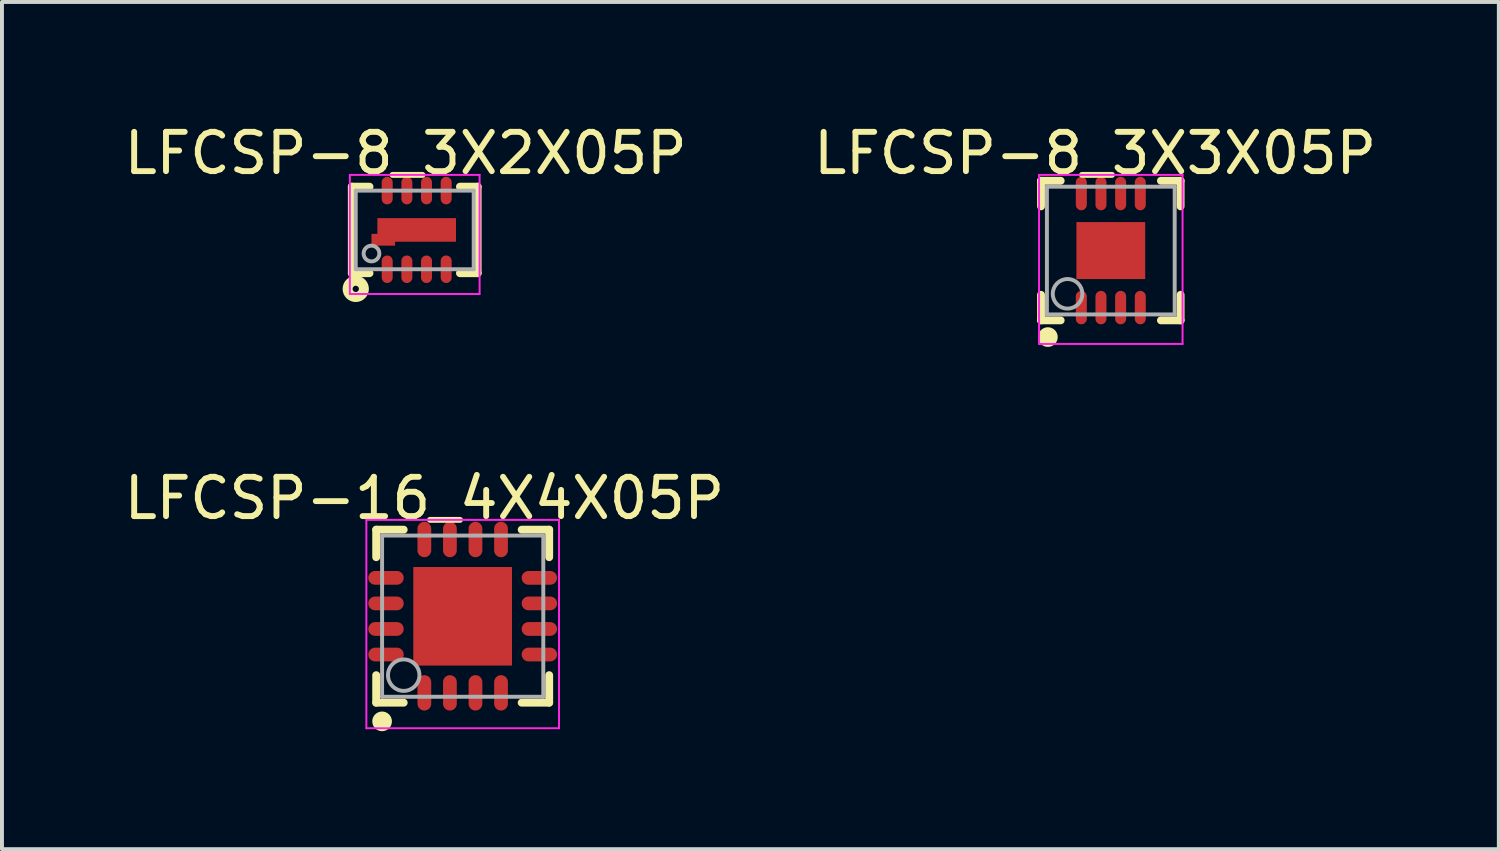
<source format=kicad_pcb>
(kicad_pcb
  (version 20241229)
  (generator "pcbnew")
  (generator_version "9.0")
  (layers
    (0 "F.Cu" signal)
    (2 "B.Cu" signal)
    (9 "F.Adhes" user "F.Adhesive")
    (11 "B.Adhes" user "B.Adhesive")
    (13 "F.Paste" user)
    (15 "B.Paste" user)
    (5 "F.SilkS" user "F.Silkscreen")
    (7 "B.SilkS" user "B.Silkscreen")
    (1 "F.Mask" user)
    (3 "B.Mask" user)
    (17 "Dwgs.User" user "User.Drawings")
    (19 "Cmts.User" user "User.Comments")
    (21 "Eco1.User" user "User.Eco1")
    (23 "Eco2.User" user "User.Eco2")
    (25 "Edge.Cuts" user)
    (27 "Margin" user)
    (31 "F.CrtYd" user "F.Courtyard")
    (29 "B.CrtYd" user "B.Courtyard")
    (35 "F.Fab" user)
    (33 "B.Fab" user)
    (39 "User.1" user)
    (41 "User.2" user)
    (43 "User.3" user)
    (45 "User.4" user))
  (footprint "LFCSP-16_4X4X05P"
    (layer "F.Cu")
    (at 8.718 12.622)
    (property "Reference" "LFCSP-16_4X4X05P" (at -0.974 -3 0) (layer "F.SilkS") (effects (font (size 1 1) (thickness 0.15))))
    (attr through_hole)
    (fp_line (start -2.2 -2.2) (end -1.5 -2.2) (stroke (width 0.2) (type solid)) (layer "F.SilkS"))
    (fp_line (start -2.2 -1.5) (end -2.2 -2.2) (stroke (width 0.2) (type solid)) (layer "F.SilkS"))
    (fp_line (start -2.2 2.2) (end -2.2 1.5) (stroke (width 0.2) (type solid)) (layer "F.SilkS"))
    (fp_line (start -2.2 2.2) (end -1.5 2.2) (stroke (width 0.2) (type solid)) (layer "F.SilkS"))
    (fp_line (start 1.5 -2.2) (end 2.2 -2.2) (stroke (width 0.2) (type solid)) (layer "F.SilkS"))
    (fp_line (start 1.5 2.2) (end 2.2 2.2) (stroke (width 0.2) (type solid)) (layer "F.SilkS"))
    (fp_line (start 2.2 -1.5) (end 2.2 -2.2) (stroke (width 0.2) (type solid)) (layer "F.SilkS"))
    (fp_line (start 2.2 2.2) (end 2.2 1.5) (stroke (width 0.2) (type solid)) (layer "F.SilkS"))
    (fp_circle (center -2.05 2.675) (end -1.925 2.675) (stroke (width 0.25) (type solid)) (fill no) (layer "F.SilkS"))
    (fp_line (start -2.45 -2.45) (end 2.45 -2.45) (stroke (width 0.05) (type solid)) (layer "F.CrtYd"))
    (fp_line (start -2.45 2.85) (end -2.45 -2.45) (stroke (width 0.05) (type solid)) (layer "F.CrtYd"))
    (fp_line (start 2.45 -2.45) (end 2.45 2.85) (stroke (width 0.05) (type solid)) (layer "F.CrtYd"))
    (fp_line (start 2.45 2.85) (end -2.45 2.85) (stroke (width 0.05) (type solid)) (layer "F.CrtYd"))
    (fp_line (start -2.05 -2.05) (end 2.05 -2.05) (stroke (width 0.1) (type solid)) (layer "F.Fab"))
    (fp_line (start -2.05 2.05) (end -2.05 -2.05) (stroke (width 0.1) (type solid)) (layer "F.Fab"))
    (fp_line (start -2.05 2.05) (end 2.05 2.05) (stroke (width 0.1) (type solid)) (layer "F.Fab"))
    (fp_line (start 2.05 2.05) (end 2.05 -2.05) (stroke (width 0.1) (type solid)) (layer "F.Fab"))
    (fp_circle (center -1.5 1.5) (end -1.1 1.5) (stroke (width 0.1) (type solid)) (fill no) (layer "F.Fab"))
    (pad "" smd rect (at 0 0 90) (size 2.5 2.5) (layers "F.Cu" "F.Mask" "F.Paste"))
    (pad "0" smd rect (at 0 0 90) (size 2.5 2.5) (layers "F.Cu" "F.Mask" "F.Paste"))
    (pad "1" smd oval (at -0.975 1.95 180) (size 0.35 0.9) (layers "F.Cu" "F.Mask" "F.Paste"))
    (pad "2" smd oval (at -0.325 1.95 180) (size 0.35 0.9) (layers "F.Cu" "F.Mask" "F.Paste"))
    (pad "3" smd oval (at 0.325 1.95 180) (size 0.35 0.9) (layers "F.Cu" "F.Mask" "F.Paste"))
    (pad "4" smd oval (at 0.975 1.95 180) (size 0.35 0.9) (layers "F.Cu" "F.Mask" "F.Paste"))
    (pad "5" smd oval (at 1.95 0.975 90) (size 0.35 0.9) (layers "F.Cu" "F.Mask" "F.Paste"))
    (pad "6" smd oval (at 1.95 0.325 90) (size 0.35 0.9) (layers "F.Cu" "F.Mask" "F.Paste"))
    (pad "7" smd oval (at 1.95 -0.325 90) (size 0.35 0.9) (layers "F.Cu" "F.Mask" "F.Paste"))
    (pad "8" smd oval (at 1.95 -0.975 90) (size 0.35 0.9) (layers "F.Cu" "F.Mask" "F.Paste"))
    (pad "9" smd oval (at 0.975 -1.95 180) (size 0.35 0.9) (layers "F.Cu" "F.Mask" "F.Paste"))
    (pad "10" smd oval (at 0.325 -1.95 180) (size 0.35 0.9) (layers "F.Cu" "F.Mask" "F.Paste"))
    (pad "11" smd oval (at -0.325 -1.95 180) (size 0.35 0.9) (layers "F.Cu" "F.Mask" "F.Paste"))
    (pad "12" smd oval (at -0.975 -1.95 180) (size 0.35 0.9) (layers "F.Cu" "F.Mask" "F.Paste"))
    (pad "13" smd oval (at -1.95 -0.975 90) (size 0.35 0.9) (layers "F.Cu" "F.Mask" "F.Paste"))
    (pad "14" smd oval (at -1.95 -0.325 90) (size 0.35 0.9) (layers "F.Cu" "F.Mask" "F.Paste"))
    (pad "15" smd oval (at -1.95 0.325 90) (size 0.35 0.9) (layers "F.Cu" "F.Mask" "F.Paste"))
    (pad "16" smd oval (at -1.95 0.975 90) (size 0.35 0.9) (layers "F.Cu" "F.Mask" "F.Paste")))
  (footprint "LFCSP-8_3X3X05P"
    (layer "F.Cu")
    (at 25.202 3.323)
    (property "Reference" "LFCSP-8_3X3X05P" (at -0.399 -2.475 0) (layer "F.SilkS") (effects (font (size 1 1) (thickness 0.15))))
    (attr through_hole)
    (fp_line (start -1.775 -1.775) (end -1.275 -1.775) (stroke (width 0.2) (type solid)) (layer "F.SilkS"))
    (fp_line (start -1.775 -1.125) (end -1.775 -1.775) (stroke (width 0.2) (type solid)) (layer "F.SilkS"))
    (fp_line (start -1.775 1.775) (end -1.775 1.125) (stroke (width 0.2) (type solid)) (layer "F.SilkS"))
    (fp_line (start -1.775 1.775) (end -1.275 1.775) (stroke (width 0.2) (type solid)) (layer "F.SilkS"))
    (fp_line (start 1.275 -1.775) (end 1.775 -1.775) (stroke (width 0.2) (type solid)) (layer "F.SilkS"))
    (fp_line (start 1.275 1.775) (end 1.775 1.775) (stroke (width 0.2) (type solid)) (layer "F.SilkS"))
    (fp_line (start 1.775 -1.125) (end 1.775 -1.775) (stroke (width 0.2) (type solid)) (layer "F.SilkS"))
    (fp_line (start 1.775 1.775) (end 1.775 1.125) (stroke (width 0.2) (type solid)) (layer "F.SilkS"))
    (fp_circle (center -1.6 2.2) (end -1.475 2.2) (stroke (width 0.25) (type solid)) (fill no) (layer "F.SilkS"))
    (fp_line (start -1.825 -1.925) (end 1.825 -1.925) (stroke (width 0.05) (type solid)) (layer "F.CrtYd"))
    (fp_line (start -1.825 2.375) (end -1.825 -1.925) (stroke (width 0.05) (type solid)) (layer "F.CrtYd"))
    (fp_line (start 1.825 -1.925) (end 1.825 2.375) (stroke (width 0.05) (type solid)) (layer "F.CrtYd"))
    (fp_line (start 1.825 2.375) (end -1.825 2.375) (stroke (width 0.05) (type solid)) (layer "F.CrtYd"))
    (fp_line (start -1.625 -1.625) (end 1.625 -1.625) (stroke (width 0.1) (type solid)) (layer "F.Fab"))
    (fp_line (start -1.625 1.625) (end -1.625 -1.625) (stroke (width 0.1) (type solid)) (layer "F.Fab"))
    (fp_line (start -1.625 1.625) (end 1.625 1.625) (stroke (width 0.1) (type solid)) (layer "F.Fab"))
    (fp_line (start 1.625 1.625) (end 1.625 -1.625) (stroke (width 0.1) (type solid)) (layer "F.Fab"))
    (fp_circle (center -1.1 1.1) (end -0.724 1.1) (stroke (width 0.1) (type solid)) (fill no) (layer "F.Fab"))
    (pad "0" smd rect (at 0 0 90) (size 1.45 1.75) (layers "F.Cu" "F.Mask" "F.Paste"))
    (pad "1" smd oval (at -0.75 1.45 180) (size 0.28 0.85) (layers "F.Cu" "F.Mask" "F.Paste"))
    (pad "2" smd oval (at -0.25 1.45 180) (size 0.28 0.85) (layers "F.Cu" "F.Mask" "F.Paste"))
    (pad "3" smd oval (at 0.25 1.45 180) (size 0.28 0.85) (layers "F.Cu" "F.Mask" "F.Paste"))
    (pad "4" smd oval (at 0.75 1.45 180) (size 0.28 0.85) (layers "F.Cu" "F.Mask" "F.Paste"))
    (pad "5" smd oval (at 0.75 -1.45 180) (size 0.28 0.85) (layers "F.Cu" "F.Mask" "F.Paste"))
    (pad "6" smd oval (at 0.25 -1.45 180) (size 0.28 0.85) (layers "F.Cu" "F.Mask" "F.Paste"))
    (pad "7" smd oval (at -0.25 -1.45 180) (size 0.28 0.85) (layers "F.Cu" "F.Mask" "F.Paste"))
    (pad "8" smd oval (at -0.75 -1.45 180) (size 0.28 0.85) (layers "F.Cu" "F.Mask" "F.Paste")))
  (footprint "LFCSP-8_3X2X05P"
    (layer "F.Cu")
    (at 7.498 2.798)
    (property "Reference" "LFCSP-8_3X2X05P" (at -0.231 -1.95 0) (layer "F.SilkS") (effects (font (size 1 1) (thickness 0.15))))
    (attr through_hole)
    (fp_line (start -1.6 -1.1) (end -1.15 -1.1) (stroke (width 0.2) (type solid)) (layer "F.SilkS"))
    (fp_line (start -1.6 1.1) (end -1.6 -1.1) (stroke (width 0.2) (type solid)) (layer "F.SilkS"))
    (fp_line (start -1.6 1.1) (end -1.15 1.1) (stroke (width 0.2) (type solid)) (layer "F.SilkS"))
    (fp_line (start 1.15 -1.1) (end 1.6 -1.1) (stroke (width 0.2) (type solid)) (layer "F.SilkS"))
    (fp_line (start 1.15 1.1) (end 1.6 1.1) (stroke (width 0.2) (type solid)) (layer "F.SilkS"))
    (fp_line (start 1.6 1.1) (end 1.6 -1.1) (stroke (width 0.2) (type solid)) (layer "F.SilkS"))
    (fp_circle (center -1.5 1.5) (end -1.42 1.5) (stroke (width 0.254) (type solid)) (fill no) (layer "F.SilkS"))
    (fp_line (start -1.65 -1.4) (end 1.65 -1.4) (stroke (width 0.05) (type solid)) (layer "F.CrtYd"))
    (fp_line (start -1.65 1.63) (end -1.65 -1.4) (stroke (width 0.05) (type solid)) (layer "F.CrtYd"))
    (fp_line (start 1.65 -1.4) (end 1.65 1.63) (stroke (width 0.05) (type solid)) (layer "F.CrtYd"))
    (fp_line (start 1.65 1.63) (end -1.65 1.63) (stroke (width 0.05) (type solid)) (layer "F.CrtYd"))
    (fp_line (start -1.5 -1) (end 1.5 -1) (stroke (width 0.1) (type solid)) (layer "F.Fab"))
    (fp_line (start -1.5 1) (end -1.5 -1) (stroke (width 0.1) (type solid)) (layer "F.Fab"))
    (fp_line (start -1.5 1) (end 1.5 1) (stroke (width 0.1) (type solid)) (layer "F.Fab"))
    (fp_line (start 1.5 1) (end 1.5 -1) (stroke (width 0.1) (type solid)) (layer "F.Fab"))
    (fp_circle (center -1.1 0.6) (end -0.9 0.6) (stroke (width 0.1) (type solid)) (fill no) (layer "F.Fab"))
    (pad "0" smd rect (at -0.8 0.25 90) (size 0.3 0.6) (layers "F.Cu" "F.Mask" "F.Paste"))
    (pad "0" smd rect (at 0.05 0 90) (size 0.6 2) (layers "F.Cu" "F.Mask" "F.Paste"))
    (pad "1" smd oval (at -0.7 1 90) (size 0.7 0.28) (layers "F.Cu" "F.Mask" "F.Paste"))
    (pad "2" smd oval (at -0.2 1 90) (size 0.7 0.28) (layers "F.Cu" "F.Mask" "F.Paste"))
    (pad "3" smd oval (at 0.3 1 90) (size 0.7 0.28) (layers "F.Cu" "F.Mask" "F.Paste"))
    (pad "4" smd oval (at 0.8 1 90) (size 0.7 0.28) (layers "F.Cu" "F.Mask" "F.Paste"))
    (pad "5" smd oval (at 0.8 -1 90) (size 0.7 0.28) (layers "F.Cu" "F.Mask" "F.Paste"))
    (pad "6" smd oval (at 0.3 -1 90) (size 0.7 0.28) (layers "F.Cu" "F.Mask" "F.Paste"))
    (pad "7" smd oval (at -0.2 -1 90) (size 0.7 0.28) (layers "F.Cu" "F.Mask" "F.Paste"))
    (pad "8" smd oval (at -0.7 -1 90) (size 0.7 0.28) (layers "F.Cu" "F.Mask" "F.Paste")))
  (gr_rect
    (start -3 -3)
    (end 35.071 18.547)
    (stroke (width 0.1) (type default))
    (fill no)
    (layer "Edge.Cuts")))
</source>
